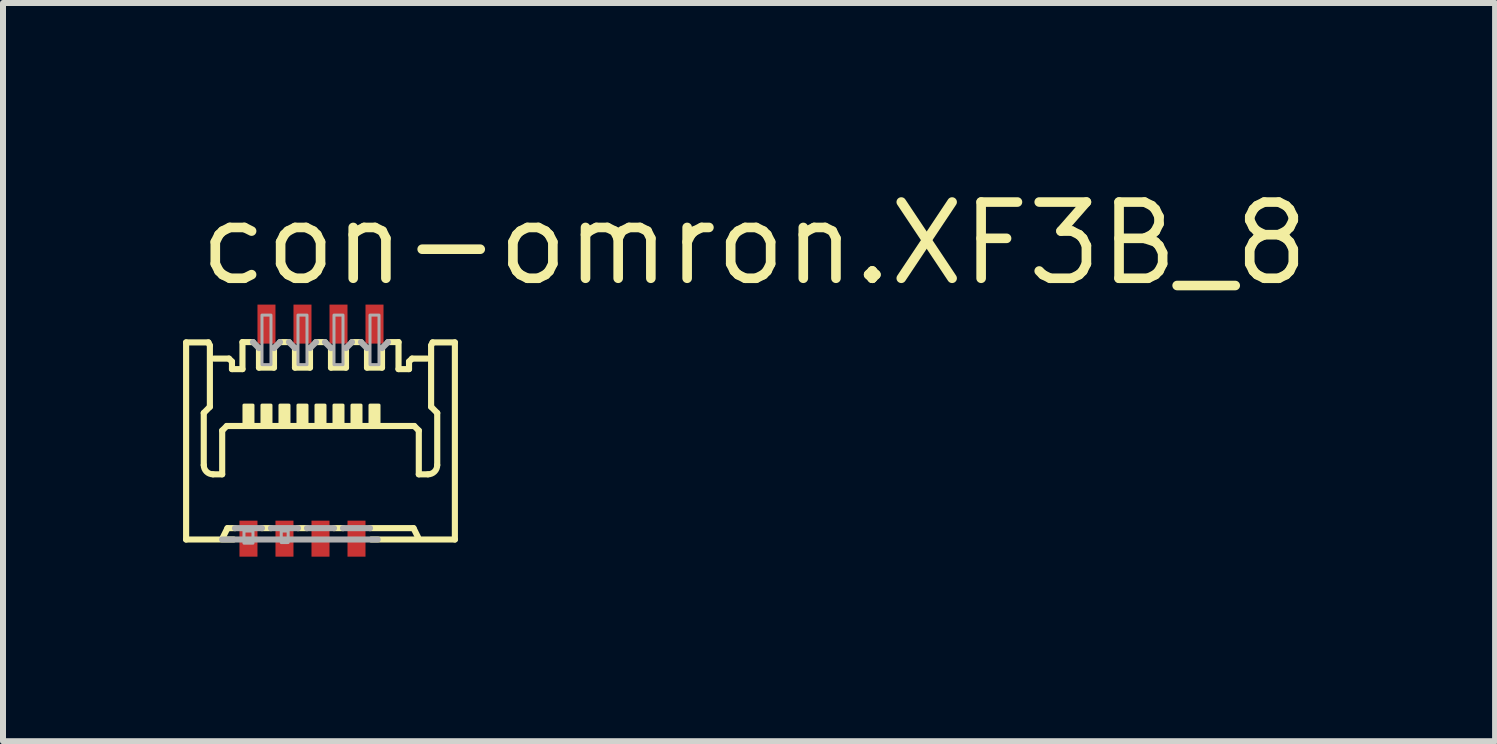
<source format=kicad_pcb>
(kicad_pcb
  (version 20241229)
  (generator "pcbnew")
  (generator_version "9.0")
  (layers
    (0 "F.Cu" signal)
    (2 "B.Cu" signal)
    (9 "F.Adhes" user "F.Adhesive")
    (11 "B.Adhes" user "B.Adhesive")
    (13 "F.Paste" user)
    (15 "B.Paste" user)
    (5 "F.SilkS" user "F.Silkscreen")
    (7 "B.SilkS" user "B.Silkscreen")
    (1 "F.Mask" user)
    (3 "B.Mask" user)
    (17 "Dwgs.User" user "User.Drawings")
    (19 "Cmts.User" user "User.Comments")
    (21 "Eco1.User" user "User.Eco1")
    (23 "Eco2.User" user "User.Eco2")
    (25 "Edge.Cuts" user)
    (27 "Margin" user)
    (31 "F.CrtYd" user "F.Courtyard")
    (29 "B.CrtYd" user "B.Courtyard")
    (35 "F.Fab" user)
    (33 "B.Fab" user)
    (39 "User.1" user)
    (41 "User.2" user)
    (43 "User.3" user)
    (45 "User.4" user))
  (footprint "con-omron.XF3B_8"
    (layer "F.Cu")
    (at 2.29 4.15)
    (property "Reference" "con-omron.XF3B_8" (at -2.1 -2.4 0) (layer "F.SilkS") (effects (font (size 1.27 1.27) (thickness 0.16)) (justify left bottom)))
    (attr smd)
    (fp_rect (start -1.4 2.125) (end -1 1.425) (stroke (width 0.05) (type default)) (fill yes) (layer "F.Mask"))
    (fp_rect (start -1.1 -1.425) (end -0.7 -2.175) (stroke (width 0.05) (type default)) (fill yes) (layer "F.Mask"))
    (fp_rect (start -0.8 2.125) (end -0.4 1.425) (stroke (width 0.05) (type default)) (fill yes) (layer "F.Mask"))
    (fp_rect (start -0.5 -1.425) (end -0.1 -2.175) (stroke (width 0.05) (type default)) (fill yes) (layer "F.Mask"))
    (fp_rect (start -0.2 2.125) (end 0.2 1.425) (stroke (width 0.05) (type default)) (fill yes) (layer "F.Mask"))
    (fp_rect (start 0.1 -1.425) (end 0.5 -2.175) (stroke (width 0.05) (type default)) (fill yes) (layer "F.Mask"))
    (fp_rect (start 0.4 2.125) (end 0.8 1.425) (stroke (width 0.05) (type default)) (fill yes) (layer "F.Mask"))
    (fp_rect (start 0.7 -1.425) (end 1.1 -2.175) (stroke (width 0.05) (type default)) (fill yes) (layer "F.Mask"))
    (fp_line (start -2.239 -1.495) (end -1.868 -1.495) (stroke (width 0.102) (type default)) (layer "F.SilkS"))
    (fp_line (start -2.239 1.789) (end -2.239 -1.495) (stroke (width 0.102) (type default)) (layer "F.SilkS"))
    (fp_line (start -1.945 -0.319) (end -1.945 0.549) (stroke (width 0.102) (type default)) (layer "F.SilkS"))
    (fp_line (start -1.868 -1.495) (end -1.843 -1.444) (stroke (width 0.102) (type default)) (layer "F.SilkS"))
    (fp_line (start -1.843 -1.444) (end -1.843 -0.422) (stroke (width 0.102) (type default)) (layer "F.SilkS"))
    (fp_line (start -1.843 -0.422) (end -1.945 -0.319) (stroke (width 0.102) (type default)) (layer "F.SilkS"))
    (fp_line (start -1.792 0.703) (end -1.638 0.703) (stroke (width 0.102) (type default)) (layer "F.SilkS"))
    (fp_line (start -1.775 -1.225) (end -1.525 -1.225) (stroke (width 0.102) (type default)) (layer "F.SilkS"))
    (fp_line (start -1.638 -0.026) (end -1.562 -0.102) (stroke (width 0.102) (type default)) (layer "F.SilkS"))
    (fp_line (start -1.638 0.703) (end -1.638 -0.026) (stroke (width 0.102) (type default)) (layer "F.SilkS"))
    (fp_line (start -1.625 1.751) (end -1.55 1.6) (stroke (width 0.102) (type default)) (layer "F.SilkS"))
    (fp_line (start -1.55 1.6) (end -1.425 1.6) (stroke (width 0.102) (type default)) (layer "F.SilkS"))
    (fp_line (start -1.525 -1.225) (end -1.475 -1.175) (stroke (width 0.102) (type default)) (layer "F.SilkS"))
    (fp_line (start -1.475 -1.175) (end -1.475 -1.05) (stroke (width 0.102) (type default)) (layer "F.SilkS"))
    (fp_line (start -1.475 -1.05) (end -1.3 -1.05) (stroke (width 0.102) (type default)) (layer "F.SilkS"))
    (fp_line (start -1.447 1.789) (end -2.239 1.789) (stroke (width 0.102) (type default)) (layer "F.SilkS"))
    (fp_line (start -1.3 -1.5) (end -1.125 -1.5) (stroke (width 0.102) (type default)) (layer "F.SilkS"))
    (fp_line (start -1.3 -1.05) (end -1.3 -1.5) (stroke (width 0.102) (type default)) (layer "F.SilkS"))
    (fp_line (start -1.025 -1.4) (end -1.025 -1.075) (stroke (width 0.102) (type default)) (layer "F.SilkS"))
    (fp_line (start -1.025 -1.075) (end -0.775 -1.075) (stroke (width 0.102) (type default)) (layer "F.SilkS"))
    (fp_line (start -0.975 1.6) (end -0.825 1.6) (stroke (width 0.102) (type default)) (layer "F.SilkS"))
    (fp_line (start -0.775 -1.075) (end -0.775 -1.4) (stroke (width 0.102) (type default)) (layer "F.SilkS"))
    (fp_line (start -0.675 -1.5) (end -0.525 -1.5) (stroke (width 0.102) (type default)) (layer "F.SilkS"))
    (fp_line (start -0.425 -1.4) (end -0.425 -1.075) (stroke (width 0.102) (type default)) (layer "F.SilkS"))
    (fp_line (start -0.425 -1.075) (end -0.175 -1.075) (stroke (width 0.102) (type default)) (layer "F.SilkS"))
    (fp_line (start -0.375 1.6) (end -0.225 1.6) (stroke (width 0.102) (type default)) (layer "F.SilkS"))
    (fp_line (start -0.175 -1.075) (end -0.175 -1.4) (stroke (width 0.102) (type default)) (layer "F.SilkS"))
    (fp_line (start -0.075 -1.5) (end 0.075 -1.5) (stroke (width 0.102) (type default)) (layer "F.SilkS"))
    (fp_line (start 0.175 -1.4) (end 0.175 -1.075) (stroke (width 0.102) (type default)) (layer "F.SilkS"))
    (fp_line (start 0.175 -1.075) (end 0.425 -1.075) (stroke (width 0.102) (type default)) (layer "F.SilkS"))
    (fp_line (start 0.225 1.6) (end 0.375 1.6) (stroke (width 0.102) (type default)) (layer "F.SilkS"))
    (fp_line (start 0.425 -1.075) (end 0.425 -1.4) (stroke (width 0.102) (type default)) (layer "F.SilkS"))
    (fp_line (start 0.525 -1.5) (end 0.675 -1.5) (stroke (width 0.102) (type default)) (layer "F.SilkS"))
    (fp_line (start 0.775 -1.4) (end 0.775 -1.075) (stroke (width 0.102) (type default)) (layer "F.SilkS"))
    (fp_line (start 0.775 -1.075) (end 1.025 -1.075) (stroke (width 0.102) (type default)) (layer "F.SilkS"))
    (fp_line (start 0.825 1.6) (end 1.55 1.6) (stroke (width 0.102) (type default)) (layer "F.SilkS"))
    (fp_line (start 0.847 1.789) (end 2.239 1.789) (stroke (width 0.102) (type default)) (layer "F.SilkS"))
    (fp_line (start 1.025 -1.075) (end 1.025 -1.4) (stroke (width 0.102) (type default)) (layer "F.SilkS"))
    (fp_line (start 1.125 -1.5) (end 1.3 -1.5) (stroke (width 0.102) (type default)) (layer "F.SilkS"))
    (fp_line (start 1.3 -1.05) (end 1.3 -1.5) (stroke (width 0.102) (type default)) (layer "F.SilkS"))
    (fp_line (start 1.475 -1.175) (end 1.475 -1.05) (stroke (width 0.102) (type default)) (layer "F.SilkS"))
    (fp_line (start 1.475 -1.05) (end 1.3 -1.05) (stroke (width 0.102) (type default)) (layer "F.SilkS"))
    (fp_line (start 1.525 -1.225) (end 1.475 -1.175) (stroke (width 0.102) (type default)) (layer "F.SilkS"))
    (fp_line (start 1.562 -0.102) (end -1.562 -0.102) (stroke (width 0.102) (type default)) (layer "F.SilkS"))
    (fp_line (start 1.625 1.751) (end 1.55 1.6) (stroke (width 0.102) (type default)) (layer "F.SilkS"))
    (fp_line (start 1.638 -0.026) (end 1.562 -0.102) (stroke (width 0.102) (type default)) (layer "F.SilkS"))
    (fp_line (start 1.638 0.703) (end 1.638 -0.026) (stroke (width 0.102) (type default)) (layer "F.SilkS"))
    (fp_line (start 1.775 -1.225) (end 1.525 -1.225) (stroke (width 0.102) (type default)) (layer "F.SilkS"))
    (fp_line (start 1.792 0.703) (end 1.638 0.703) (stroke (width 0.102) (type default)) (layer "F.SilkS"))
    (fp_line (start 1.843 -1.444) (end 1.843 -0.422) (stroke (width 0.102) (type default)) (layer "F.SilkS"))
    (fp_line (start 1.843 -0.422) (end 1.945 -0.319) (stroke (width 0.102) (type default)) (layer "F.SilkS"))
    (fp_line (start 1.868 -1.495) (end 1.843 -1.444) (stroke (width 0.102) (type default)) (layer "F.SilkS"))
    (fp_line (start 1.945 -0.319) (end 1.945 0.549) (stroke (width 0.102) (type default)) (layer "F.SilkS"))
    (fp_line (start 2.239 -1.495) (end 1.868 -1.495) (stroke (width 0.102) (type default)) (layer "F.SilkS"))
    (fp_line (start 2.239 1.789) (end 2.239 -1.495) (stroke (width 0.102) (type default)) (layer "F.SilkS"))
    (fp_rect (start -1.275 -0.125) (end -1.125 -0.45) (stroke (width 0.05) (type default)) (fill yes) (layer "F.SilkS"))
    (fp_rect (start -0.975 -0.125) (end -0.825 -0.45) (stroke (width 0.05) (type default)) (fill yes) (layer "F.SilkS"))
    (fp_rect (start -0.675 -0.125) (end -0.525 -0.45) (stroke (width 0.05) (type default)) (fill yes) (layer "F.SilkS"))
    (fp_rect (start -0.375 -0.125) (end -0.225 -0.45) (stroke (width 0.05) (type default)) (fill yes) (layer "F.SilkS"))
    (fp_rect (start -0.075 -0.125) (end 0.075 -0.45) (stroke (width 0.05) (type default)) (fill yes) (layer "F.SilkS"))
    (fp_rect (start 0.225 -0.125) (end 0.375 -0.45) (stroke (width 0.05) (type default)) (fill yes) (layer "F.SilkS"))
    (fp_rect (start 0.525 -0.125) (end 0.675 -0.45) (stroke (width 0.05) (type default)) (fill yes) (layer "F.SilkS"))
    (fp_rect (start 0.825 -0.125) (end 0.975 -0.45) (stroke (width 0.05) (type default)) (fill yes) (layer "F.SilkS"))
    (fp_arc (start -1.791559 0.702844) (mid -1.899992 0.657929) (end -1.944906 0.549497) (stroke (width 0.1016) (type default)) (layer "F.SilkS"))
    (fp_arc (start 1.944906 0.549497) (mid 1.899992 0.657929) (end 1.791559 0.702844) (stroke (width 0.1016) (type default)) (layer "F.SilkS"))
    (fp_rect (start -1.325 2.05) (end -1.075 1.5) (stroke (width 0.05) (type default)) (fill yes) (layer "F.Paste"))
    (fp_rect (start -1.025 -1.5) (end -0.775 -2.1) (stroke (width 0.05) (type default)) (fill yes) (layer "F.Paste"))
    (fp_rect (start -0.725 2.05) (end -0.475 1.5) (stroke (width 0.05) (type default)) (fill yes) (layer "F.Paste"))
    (fp_rect (start -0.425 -1.5) (end -0.175 -2.1) (stroke (width 0.05) (type default)) (fill yes) (layer "F.Paste"))
    (fp_rect (start -0.125 2.05) (end 0.125 1.5) (stroke (width 0.05) (type default)) (fill yes) (layer "F.Paste"))
    (fp_rect (start 0.175 -1.5) (end 0.425 -2.1) (stroke (width 0.05) (type default)) (fill yes) (layer "F.Paste"))
    (fp_rect (start 0.475 2.05) (end 0.725 1.5) (stroke (width 0.05) (type default)) (fill yes) (layer "F.Paste"))
    (fp_rect (start 0.775 -1.5) (end 1.025 -2.1) (stroke (width 0.05) (type default)) (fill yes) (layer "F.Paste"))
    (fp_line (start -1.425 1.6) (end -0.975 1.6) (stroke (width 0.102) (type default)) (layer "F.Fab"))
    (fp_line (start -1.125 -1.5) (end -1.025 -1.4) (stroke (width 0.102) (type default)) (layer "F.Fab"))
    (fp_line (start -0.825 1.6) (end -0.375 1.6) (stroke (width 0.102) (type default)) (layer "F.Fab"))
    (fp_line (start -0.775 -1.4) (end -0.675 -1.5) (stroke (width 0.102) (type default)) (layer "F.Fab"))
    (fp_line (start -0.525 -1.5) (end -0.425 -1.4) (stroke (width 0.102) (type default)) (layer "F.Fab"))
    (fp_line (start -0.225 1.6) (end 0.225 1.6) (stroke (width 0.102) (type default)) (layer "F.Fab"))
    (fp_line (start -0.175 -1.4) (end -0.075 -1.5) (stroke (width 0.102) (type default)) (layer "F.Fab"))
    (fp_line (start 0.075 -1.5) (end 0.175 -1.4) (stroke (width 0.102) (type default)) (layer "F.Fab"))
    (fp_line (start 0.375 1.6) (end 0.825 1.6) (stroke (width 0.102) (type default)) (layer "F.Fab"))
    (fp_line (start 0.425 -1.4) (end 0.525 -1.5) (stroke (width 0.102) (type default)) (layer "F.Fab"))
    (fp_line (start 0.675 -1.5) (end 0.775 -1.4) (stroke (width 0.102) (type default)) (layer "F.Fab"))
    (fp_line (start 0.953 1.789) (end -1.639 1.789) (stroke (width 0.102) (type default)) (layer "F.Fab"))
    (fp_line (start 1.025 -1.4) (end 1.125 -1.5) (stroke (width 0.102) (type default)) (layer "F.Fab"))
    (fp_rect (start -1.275 1.85) (end -1.125 1.648) (stroke (width 0.05) (type default)) (fill no) (layer "F.Fab"))
    (fp_rect (start -0.975 -1.125) (end -0.825 -1.95) (stroke (width 0.05) (type default)) (fill no) (layer "F.Fab"))
    (fp_rect (start -0.654 1.84) (end -0.539 1.648) (stroke (width 0.05) (type default)) (fill no) (layer "F.Fab"))
    (fp_rect (start -0.375 -1.125) (end -0.225 -1.95) (stroke (width 0.05) (type default)) (fill no) (layer "F.Fab"))
    (fp_rect (start 0.225 -1.125) (end 0.375 -1.95) (stroke (width 0.05) (type default)) (fill no) (layer "F.Fab"))
    (fp_rect (start 0.825 -1.125) (end 0.975 -1.95) (stroke (width 0.05) (type default)) (fill no) (layer "F.Fab"))
    (pad "1" smd roundrect (at -1.2 1.775) (size 0.3 0.6) (layers "F.Cu" "F.Mask" "F.Paste") (roundrect_rratio 0.01))
    (pad "2" smd roundrect (at -0.9 -1.8) (size 0.3 0.65) (layers "F.Cu" "F.Mask" "F.Paste") (roundrect_rratio 0.01))
    (pad "3" smd roundrect (at -0.6 1.775) (size 0.3 0.6) (layers "F.Cu" "F.Mask" "F.Paste") (roundrect_rratio 0.01))
    (pad "4" smd roundrect (at -0.3 -1.8) (size 0.3 0.65) (layers "F.Cu" "F.Mask" "F.Paste") (roundrect_rratio 0.01))
    (pad "5" smd roundrect (at 0 1.775) (size 0.3 0.6) (layers "F.Cu" "F.Mask" "F.Paste") (roundrect_rratio 0.01))
    (pad "6" smd roundrect (at 0.3 -1.8) (size 0.3 0.65) (layers "F.Cu" "F.Mask" "F.Paste") (roundrect_rratio 0.01))
    (pad "7" smd roundrect (at 0.6 1.775) (size 0.3 0.6) (layers "F.Cu" "F.Mask" "F.Paste") (roundrect_rratio 0.01))
    (pad "8" smd roundrect (at 0.9 -1.8) (size 0.3 0.65) (layers "F.Cu" "F.Mask" "F.Paste") (roundrect_rratio 0.01)))
  (gr_rect
    (start -3 -3)
    (end 21.861 9.3)
    (stroke (width 0.1) (type default))
    (fill no)
    (layer "Edge.Cuts")))
</source>
